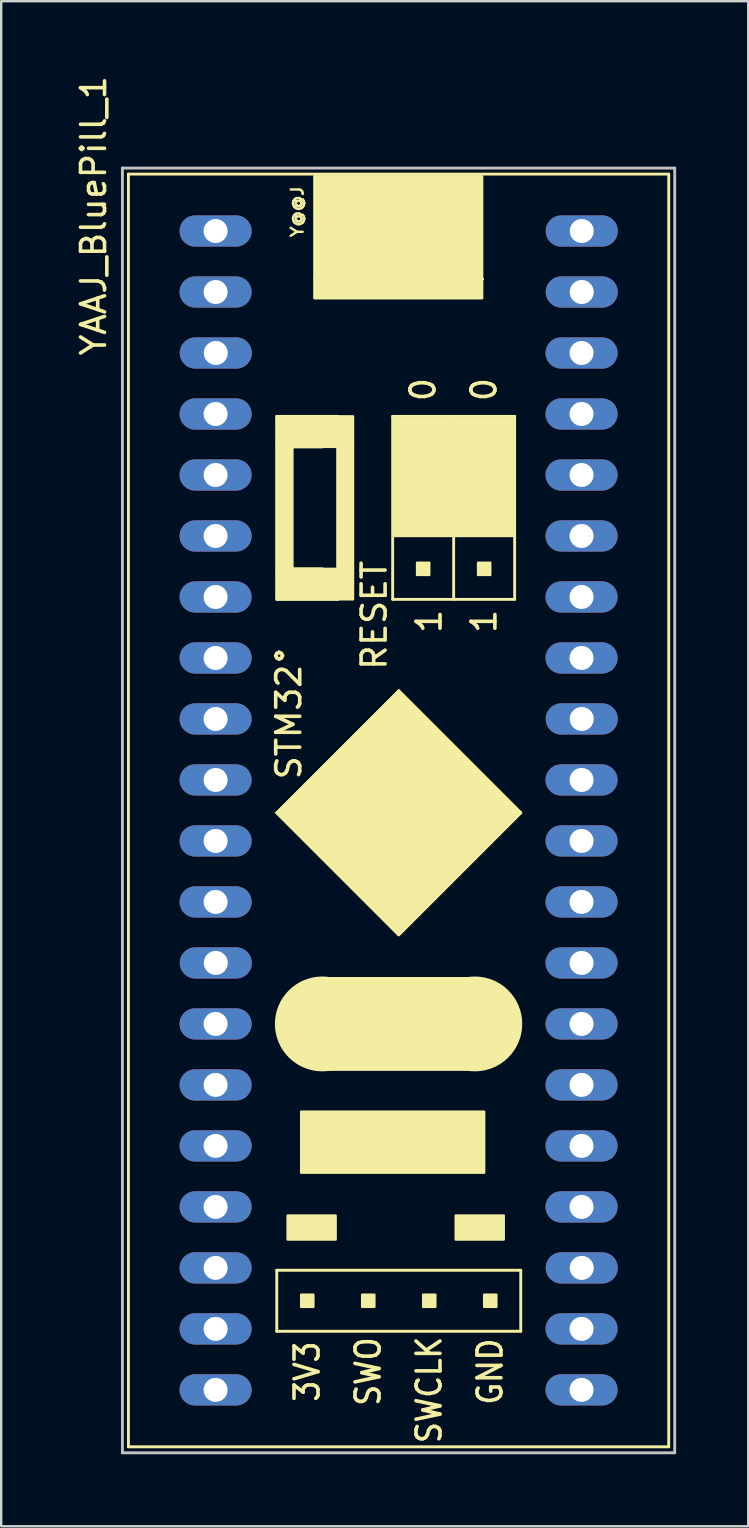
<source format=kicad_pcb>
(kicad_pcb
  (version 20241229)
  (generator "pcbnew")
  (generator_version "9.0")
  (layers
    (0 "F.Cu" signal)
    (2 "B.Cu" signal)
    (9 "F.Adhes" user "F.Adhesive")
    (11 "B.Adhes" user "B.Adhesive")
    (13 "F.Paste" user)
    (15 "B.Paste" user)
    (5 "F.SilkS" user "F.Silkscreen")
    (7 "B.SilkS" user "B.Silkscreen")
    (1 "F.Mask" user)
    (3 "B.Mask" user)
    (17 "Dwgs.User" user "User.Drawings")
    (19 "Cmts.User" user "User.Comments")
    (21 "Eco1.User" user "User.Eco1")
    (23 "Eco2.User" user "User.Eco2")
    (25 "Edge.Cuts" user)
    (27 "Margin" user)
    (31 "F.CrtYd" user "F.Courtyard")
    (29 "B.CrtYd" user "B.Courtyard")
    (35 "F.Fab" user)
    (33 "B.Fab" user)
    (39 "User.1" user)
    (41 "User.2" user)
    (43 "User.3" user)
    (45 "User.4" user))
  (footprint "YAAJ_BluePill_1"
    (layer "F.Cu")
    (at 13.548 30.7)
    (property "Reference" "YAAJ_BluePill_1" (at -12.7 -24.765 270) (layer "F.SilkS") (effects (font (size 1 1) (thickness 0.15))))
    (attr through_hole)
    (fp_line (start -11.25 -26.5) (end 11.25 -26.5) (stroke (width 0.12) (type solid)) (layer "F.SilkS"))
    (fp_line (start -11.25 26.5) (end -11.25 -26.5) (stroke (width 0.12) (type solid)) (layer "F.SilkS"))
    (fp_line (start -5.072 -16.411) (end -2.532 -16.411) (stroke (width 0.12) (type solid)) (layer "F.SilkS"))
    (fp_line (start -5.072 -8.791) (end -5.072 -16.411) (stroke (width 0.12) (type solid)) (layer "F.SilkS"))
    (fp_line (start -5.072 0.099) (end 0.008 -4.981) (stroke (width 0.12) (type solid)) (layer "F.SilkS"))
    (fp_line (start -5.072 19.149) (end -5.072 21.689) (stroke (width 0.12) (type solid)) (layer "F.SilkS"))
    (fp_line (start -5.072 21.689) (end 5.088 21.689) (stroke (width 0.12) (type solid)) (layer "F.SilkS"))
    (fp_line (start -4.437 -15.141) (end -3.167 -15.141) (stroke (width 0.12) (type solid)) (layer "F.SilkS"))
    (fp_line (start -4.437 -10.061) (end -4.437 -15.141) (stroke (width 0.12) (type solid)) (layer "F.SilkS"))
    (fp_line (start -3.485 -22.126) (end 3.5 -22.126) (stroke (width 0.12) (type solid)) (layer "F.SilkS"))
    (fp_line (start -3.167 -10.061) (end -4.437 -10.061) (stroke (width 0.12) (type solid)) (layer "F.SilkS"))
    (fp_line (start -2.532 -16.411) (end -2.532 -8.791) (stroke (width 0.12) (type solid)) (layer "F.SilkS"))
    (fp_line (start -2.532 -8.791) (end -5.072 -8.791) (stroke (width 0.12) (type solid)) (layer "F.SilkS"))
    (fp_line (start -0.246 -16.411) (end -0.246 -8.791) (stroke (width 0.12) (type solid)) (layer "F.SilkS"))
    (fp_line (start -0.246 -8.791) (end 4.834 -8.791) (stroke (width 0.12) (type solid)) (layer "F.SilkS"))
    (fp_line (start 0.008 -4.981) (end 5.088 0.099) (stroke (width 0.12) (type solid)) (layer "F.SilkS"))
    (fp_line (start 0.008 5.179) (end -5.072 0.099) (stroke (width 0.12) (type solid)) (layer "F.SilkS"))
    (fp_line (start 2.294 -16.411) (end 2.294 -8.791) (stroke (width 0.12) (type solid)) (layer "F.SilkS"))
    (fp_line (start 4.834 -16.411) (end -0.246 -16.411) (stroke (width 0.12) (type solid)) (layer "F.SilkS"))
    (fp_line (start 4.834 -8.791) (end 4.834 -16.411) (stroke (width 0.12) (type solid)) (layer "F.SilkS"))
    (fp_line (start 5.088 0.099) (end 0.008 5.179) (stroke (width 0.12) (type solid)) (layer "F.SilkS"))
    (fp_line (start 5.088 19.149) (end -5.072 19.149) (stroke (width 0.12) (type solid)) (layer "F.SilkS"))
    (fp_line (start 5.088 21.689) (end 5.088 19.149) (stroke (width 0.12) (type solid)) (layer "F.SilkS"))
    (fp_line (start 11.25 -26.5) (end 11.25 26.5) (stroke (width 0.12) (type solid)) (layer "F.SilkS"))
    (fp_line (start 11.25 26.5) (end -11.25 26.5) (stroke (width 0.12) (type solid)) (layer "F.SilkS"))
    (fp_circle (center -3.175 8.89) (end -3.175 9.89) (stroke (width 1.95) (type solid)) (fill no) (layer "F.SilkS"))
    (fp_circle (center 3.175 8.89) (end 3.175 9.89) (stroke (width 1.95) (type solid)) (fill no) (layer "F.SilkS"))
    (fp_poly (pts (xy -5.072 -16.411) (xy -1.897 -16.411) (xy -1.897 -15.141) (xy -5.072 -15.141)) (stroke (width 0.1) (type solid)) (fill yes) (layer "F.SilkS"))
    (fp_poly (pts (xy -5.072 -15.141) (xy -4.437 -15.141) (xy -4.437 -10.061) (xy -5.072 -10.061)) (stroke (width 0.1) (type solid)) (fill yes) (layer "F.SilkS"))
    (fp_poly (pts (xy -5.072 -10.061) (xy -1.897 -10.061) (xy -1.897 -8.791) (xy -5.072 -8.791)) (stroke (width 0.1) (type solid)) (fill yes) (layer "F.SilkS"))
    (fp_poly (pts (xy -4.056 12.545) (xy 3.564 12.545) (xy 3.564 15.085) (xy -4.056 15.085)) (stroke (width 0.1) (type solid)) (fill yes) (layer "F.SilkS"))
    (fp_poly (pts (xy -4.056 20.165) (xy -4.056 20.673) (xy -3.548 20.673) (xy -3.548 20.165)) (stroke (width 0.1) (type solid)) (fill yes) (layer "F.SilkS"))
    (fp_poly (pts (xy -3.505 -26.41) (xy -3.505 -21.33) (xy 3.48 -21.33) (xy 3.48 -26.41)) (stroke (width 0.1) (type solid)) (fill yes) (layer "F.SilkS"))
    (fp_poly (pts (xy -2.62 17.87) (xy -2.62 16.87) (xy -4.62 16.87) (xy -4.62 17.87)) (stroke (width 0.1) (type solid)) (fill yes) (layer "F.SilkS"))
    (fp_poly (pts (xy -2.532 -15.141) (xy -1.897 -15.141) (xy -1.897 -10.061) (xy -2.532 -10.061)) (stroke (width 0.1) (type solid)) (fill yes) (layer "F.SilkS"))
    (fp_poly (pts (xy -1.516 20.165) (xy -1.516 20.673) (xy -1.008 20.673) (xy -1.008 20.165)) (stroke (width 0.1) (type solid)) (fill yes) (layer "F.SilkS"))
    (fp_poly (pts (xy 0.008 -4.981) (xy -5.072 0.099) (xy 0.008 5.179) (xy 5.088 0.099)) (stroke (width 0.1) (type solid)) (fill yes) (layer "F.SilkS"))
    (fp_poly (pts (xy 0.77 -15.395) (xy 1.278 -15.395) (xy 1.278 -14.887) (xy 0.77 -14.887)) (stroke (width 0.1) (type solid)) (fill yes) (layer "F.SilkS"))
    (fp_poly (pts (xy 0.77 -12.855) (xy 1.278 -12.855) (xy 1.278 -12.347) (xy 0.77 -12.347)) (stroke (width 0.1) (type solid)) (fill yes) (layer "F.SilkS"))
    (fp_poly (pts (xy 0.77 -10.315) (xy 0.77 -9.807) (xy 1.278 -9.807) (xy 1.278 -10.315)) (stroke (width 0.1) (type solid)) (fill yes) (layer "F.SilkS"))
    (fp_poly (pts (xy 1.024 20.165) (xy 1.024 20.673) (xy 1.532 20.673) (xy 1.532 20.165)) (stroke (width 0.1) (type solid)) (fill yes) (layer "F.SilkS"))
    (fp_poly (pts (xy 3.175 6.985) (xy 3.175 10.795) (xy -3.175 10.795) (xy -3.175 6.985)) (stroke (width 0.1) (type solid)) (fill yes) (layer "F.SilkS"))
    (fp_poly (pts (xy 3.31 -15.395) (xy 3.31 -14.887) (xy 3.818 -14.887) (xy 3.818 -15.395)) (stroke (width 0.1) (type solid)) (fill yes) (layer "F.SilkS"))
    (fp_poly (pts (xy 3.31 -12.855) (xy 3.818 -12.855) (xy 3.818 -12.347) (xy 3.31 -12.347)) (stroke (width 0.1) (type solid)) (fill yes) (layer "F.SilkS"))
    (fp_poly (pts (xy 3.31 -10.315) (xy 3.818 -10.315) (xy 3.818 -9.807) (xy 3.31 -9.807)) (stroke (width 0.1) (type solid)) (fill yes) (layer "F.SilkS"))
    (fp_poly (pts (xy 3.564 20.165) (xy 3.564 20.673) (xy 4.072 20.673) (xy 4.072 20.165)) (stroke (width 0.1) (type solid)) (fill yes) (layer "F.SilkS"))
    (fp_poly (pts (xy 4.38 16.87) (xy 2.38 16.87) (xy 2.38 17.87) (xy 4.38 17.87)) (stroke (width 0.1) (type solid)) (fill yes) (layer "F.SilkS"))
    (fp_poly (pts (xy 4.78 -16.33) (xy 4.78 -11.43) (xy -0.22 -11.43) (xy -0.22 -16.33)) (stroke (width 0.1) (type solid)) (fill yes) (layer "F.SilkS"))
    (fp_line (start -11.5 -26.75) (end 11.5 -26.75) (stroke (width 0.12) (type solid)) (layer "Dwgs.User"))
    (fp_line (start -11.5 26.75) (end -11.5 -26.75) (stroke (width 0.12) (type solid)) (layer "Dwgs.User"))
    (fp_line (start -11.5 26.75) (end 11.5 26.75) (stroke (width 0.12) (type solid)) (layer "Dwgs.User"))
    (fp_line (start 11.5 -26.75) (end 11.5 26.75) (stroke (width 0.12) (type solid)) (layer "Dwgs.User"))
    (fp_text user "STM32°" (at -4.572 -4.064 270) (layer "F.SilkS") (effects (font (size 1 1) (thickness 0.15))))
    (fp_text user "SWCLK" (at 1.27 24.13 270) (layer "F.SilkS") (effects (font (size 1 0.9) (thickness 0.15))))
    (fp_text user "1" (at 3.556 -7.874 270) (layer "F.SilkS") (effects (font (size 1 1) (thickness 0.15))))
    (fp_text user "0" (at 3.556 -17.526 270) (layer "F.SilkS") (effects (font (size 1 1) (thickness 0.15))))
    (fp_text user "RESET" (at -1.016 -8.128 270) (layer "F.SilkS") (effects (font (size 1 1) (thickness 0.15))))
    (fp_text user "GND" (at 3.81 23.368 270) (layer "F.SilkS") (effects (font (size 1 0.9) (thickness 0.15))))
    (fp_text user "SWO" (at -1.27 23.368 270) (layer "F.SilkS") (effects (font (size 1 0.9) (thickness 0.15))))
    (fp_text user "0" (at 1.016 -17.526 270) (layer "F.SilkS") (effects (font (size 1 1) (thickness 0.15))))
    (fp_text user "1" (at 1.27 -7.874 270) (layer "F.SilkS") (effects (font (size 1 1) (thickness 0.15))))
    (fp_text user "Y@@J" (at -4.22 -24.93 270) (layer "F.SilkS") (effects (font (size 0.5 0.5) (thickness 0.1))))
    (fp_text user "3V3" (at -3.81 23.368 270) (layer "F.SilkS") (effects (font (size 1 0.9) (thickness 0.15))))
    (pad "1" thru_hole oval (at -7.62 -24.13 270) (size 1.3 3) (drill 1) (layers "*.Cu" "*.Mask"))
    (pad "2" thru_hole oval (at -7.62 -21.59 270) (size 1.3 3) (drill 1) (layers "*.Cu" "*.Mask"))
    (pad "3" thru_hole oval (at -7.612 -19.05 270) (size 1.3 3) (drill 1) (layers "*.Cu" "*.Mask"))
    (pad "4" thru_hole oval (at -7.62 -16.51 270) (size 1.3 3) (drill 1) (layers "*.Cu" "*.Mask"))
    (pad "5" thru_hole oval (at -7.62 -13.97 270) (size 1.3 3) (drill 1) (layers "*.Cu" "*.Mask"))
    (pad "6" thru_hole oval (at -7.62 -11.43 270) (size 1.3 3) (drill 1) (layers "*.Cu" "*.Mask"))
    (pad "7" thru_hole oval (at -7.62 -8.89 270) (size 1.3 3) (drill 1) (layers "*.Cu" "*.Mask"))
    (pad "8" thru_hole oval (at -7.62 -6.35 270) (size 1.3 3) (drill 1) (layers "*.Cu" "*.Mask"))
    (pad "9" thru_hole oval (at -7.62 -3.81 270) (size 1.3 3) (drill 1) (layers "*.Cu" "*.Mask"))
    (pad "10" thru_hole oval (at -7.62 -1.27 270) (size 1.3 3) (drill 1) (layers "*.Cu" "*.Mask"))
    (pad "11" thru_hole oval (at -7.62 1.27 270) (size 1.3 3) (drill 1) (layers "*.Cu" "*.Mask"))
    (pad "12" thru_hole oval (at -7.62 3.81 270) (size 1.3 3) (drill 1) (layers "*.Cu" "*.Mask"))
    (pad "13" thru_hole oval (at -7.612 6.35 270) (size 1.3 3) (drill 1) (layers "*.Cu" "*.Mask"))
    (pad "14" thru_hole oval (at -7.62 8.89 270) (size 1.3 3) (drill 1) (layers "*.Cu" "*.Mask"))
    (pad "15" thru_hole oval (at -7.62 11.43 270) (size 1.3 3) (drill 1) (layers "*.Cu" "*.Mask"))
    (pad "16" thru_hole oval (at -7.62 13.97 270) (size 1.3 3) (drill 1) (layers "*.Cu" "*.Mask"))
    (pad "17" thru_hole oval (at -7.62 16.51 270) (size 1.3 3) (drill 1) (layers "*.Cu" "*.Mask"))
    (pad "18" thru_hole oval (at -7.62 19.05 270) (size 1.3 3) (drill 1) (layers "*.Cu" "*.Mask"))
    (pad "19" thru_hole oval (at -7.62 21.59 270) (size 1.3 3) (drill 1) (layers "*.Cu" "*.Mask"))
    (pad "20" thru_hole oval (at -7.62 24.13 270) (size 1.3 3) (drill 1) (layers "*.Cu" "*.Mask"))
    (pad "21" thru_hole oval (at 7.62 24.13 270) (size 1.3 3) (drill 1) (layers "*.Cu" "*.Mask"))
    (pad "22" thru_hole oval (at 7.62 21.59 270) (size 1.3 3) (drill 1) (layers "*.Cu" "*.Mask"))
    (pad "23" thru_hole oval (at 7.628 19.05 270) (size 1.3 3) (drill 1) (layers "*.Cu" "*.Mask"))
    (pad "24" thru_hole oval (at 7.62 16.51 270) (size 1.3 3) (drill 1) (layers "*.Cu" "*.Mask"))
    (pad "25" thru_hole oval (at 7.62 13.97 270) (size 1.3 3) (drill 1) (layers "*.Cu" "*.Mask"))
    (pad "26" thru_hole oval (at 7.62 11.43 270) (size 1.3 3) (drill 1) (layers "*.Cu" "*.Mask"))
    (pad "27" thru_hole oval (at 7.62 8.89 270) (size 1.3 3) (drill 1) (layers "*.Cu" "*.Mask"))
    (pad "28" thru_hole oval (at 7.62 6.35 270) (size 1.3 3) (drill 1) (layers "*.Cu" "*.Mask"))
    (pad "29" thru_hole oval (at 7.62 3.81 270) (size 1.3 3) (drill 1) (layers "*.Cu" "*.Mask"))
    (pad "30" thru_hole oval (at 7.62 1.27 270) (size 1.3 3) (drill 1) (layers "*.Cu" "*.Mask"))
    (pad "31" thru_hole oval (at 7.62 -1.27 270) (size 1.3 3) (drill 1) (layers "*.Cu" "*.Mask"))
    (pad "32" thru_hole oval (at 7.628 -3.81 270) (size 1.3 3) (drill 1) (layers "*.Cu" "*.Mask"))
    (pad "33" thru_hole oval (at 7.62 -6.35 270) (size 1.3 3) (drill 1) (layers "*.Cu" "*.Mask"))
    (pad "34" thru_hole oval (at 7.62 -8.89 270) (size 1.3 3) (drill 1) (layers "*.Cu" "*.Mask"))
    (pad "35" thru_hole oval (at 7.62 -11.43 270) (size 1.3 3) (drill 1) (layers "*.Cu" "*.Mask"))
    (pad "36" thru_hole oval (at 7.62 -13.97 270) (size 1.3 3) (drill 1) (layers "*.Cu" "*.Mask"))
    (pad "37" thru_hole oval (at 7.62 -16.51 270) (size 1.3 3) (drill 1) (layers "*.Cu" "*.Mask"))
    (pad "38" thru_hole oval (at 7.62 -19.05 270) (size 1.3 3) (drill 1) (layers "*.Cu" "*.Mask"))
    (pad "39" thru_hole oval (at 7.628 -21.59 270) (size 1.3 3) (drill 1) (layers "*.Cu" "*.Mask"))
    (pad "40" thru_hole oval (at 7.628 -24.13 270) (size 1.3 3) (drill 1) (layers "*.Cu" "*.Mask")))
  (gr_rect
    (start -3 -3)
    (end 28.108 60.51)
    (stroke (width 0.1) (type default))
    (fill no)
    (layer "Edge.Cuts")))
</source>
